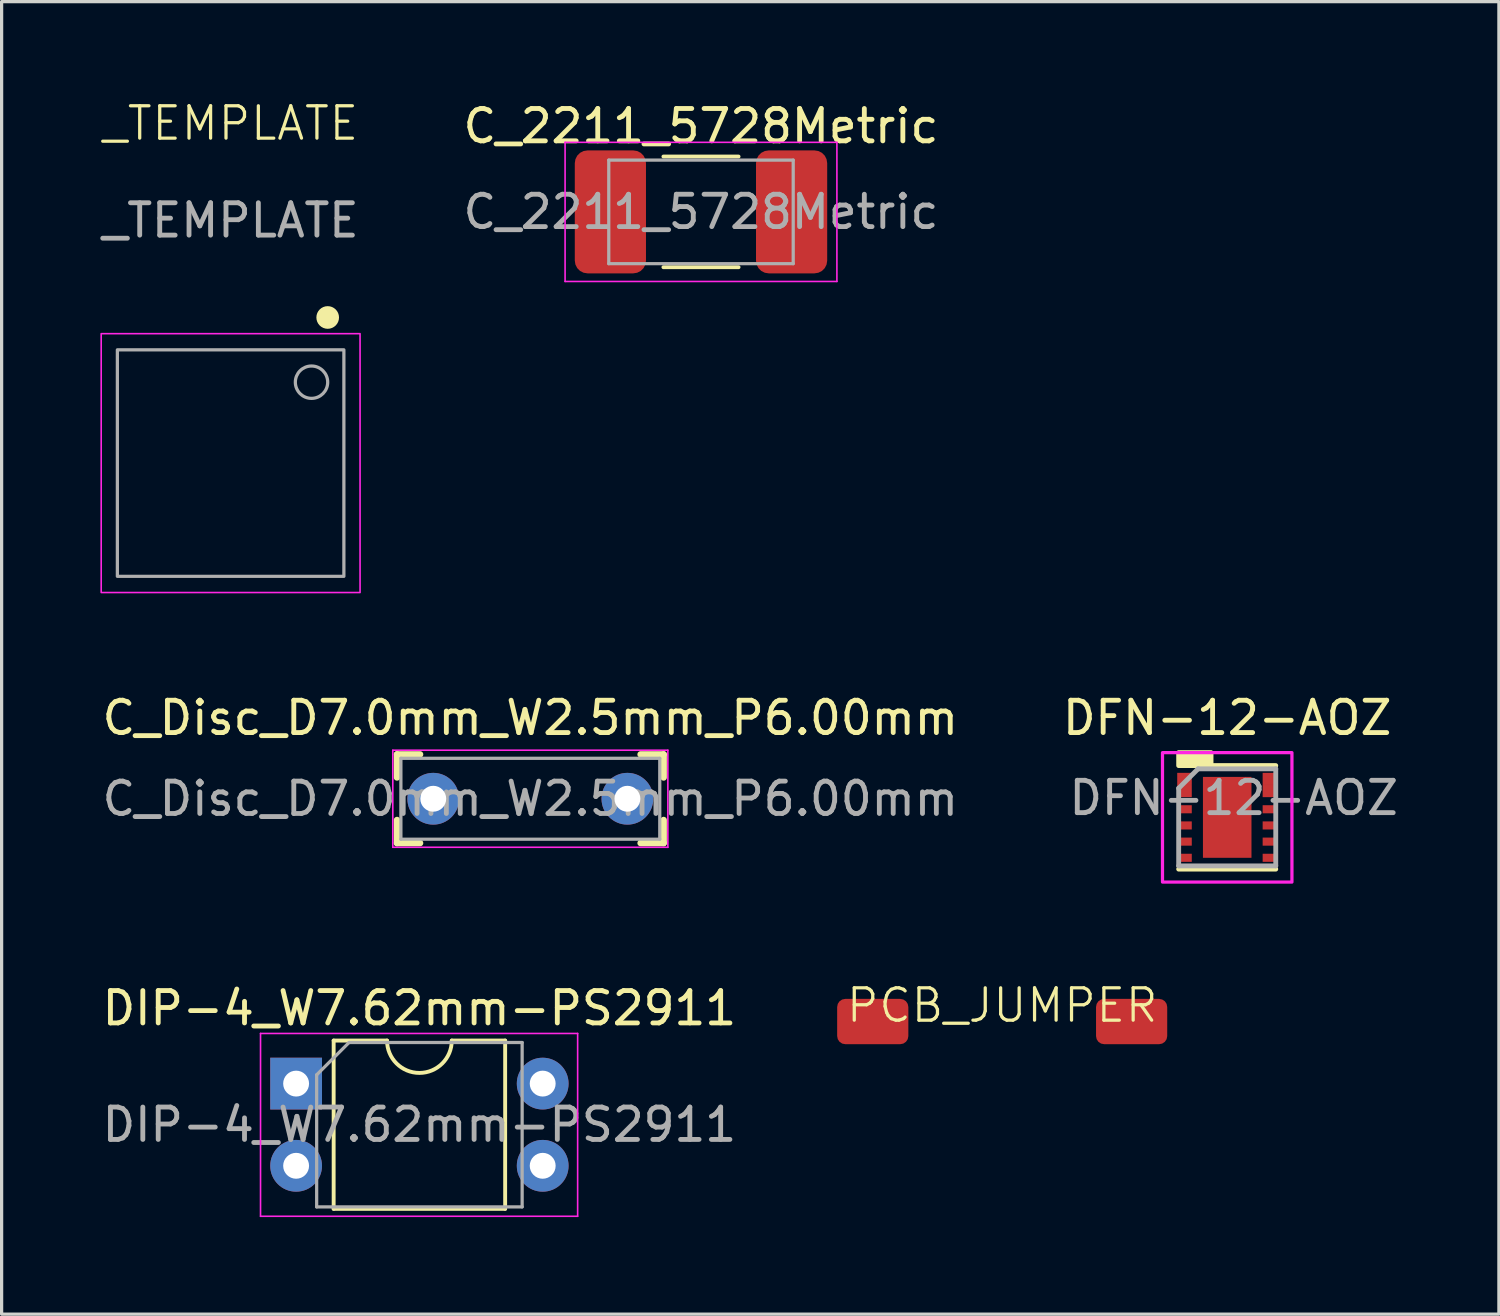
<source format=kicad_pcb>
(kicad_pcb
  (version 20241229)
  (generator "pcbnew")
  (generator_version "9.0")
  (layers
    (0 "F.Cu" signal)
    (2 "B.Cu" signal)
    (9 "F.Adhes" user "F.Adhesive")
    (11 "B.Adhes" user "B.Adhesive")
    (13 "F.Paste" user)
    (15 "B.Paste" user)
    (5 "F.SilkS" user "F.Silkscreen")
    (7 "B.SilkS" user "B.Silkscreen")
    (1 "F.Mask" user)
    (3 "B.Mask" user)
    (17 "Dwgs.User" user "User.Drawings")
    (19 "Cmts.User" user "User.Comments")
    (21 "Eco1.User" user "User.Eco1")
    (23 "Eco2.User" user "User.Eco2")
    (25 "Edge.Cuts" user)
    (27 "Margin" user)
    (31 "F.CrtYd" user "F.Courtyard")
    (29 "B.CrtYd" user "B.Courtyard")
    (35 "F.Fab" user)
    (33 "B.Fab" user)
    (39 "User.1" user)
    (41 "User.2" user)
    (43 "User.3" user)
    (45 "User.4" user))
  (footprint "_TEMPLATE"
    (layer "F.Cu")
    (at 4.077 11.261)
    (property "Reference" "_TEMPLATE" (at 0 -10.5 0) (unlocked yes) (layer "F.SilkS") (effects (font (size 1 1) (thickness 0.1))))
    (attr smd)
    (fp_circle (center 3 -4.5) (end 3.3 -4.5) (stroke (width 0.1) (type default)) (fill yes) (layer "F.SilkS"))
    (fp_rect (start -4 -4) (end 4 4) (stroke (width 0.05) (type default)) (fill no) (layer "F.CrtYd"))
    (fp_rect (start -3.5 -3.5) (end 3.5 3.5) (stroke (width 0.1) (type default)) (fill no) (layer "F.Fab"))
    (fp_circle (center 2.5 -2.5) (end 3 -2.5) (stroke (width 0.1) (type default)) (fill no) (layer "F.Fab"))
    (fp_text user "${REFERENCE}" (at 0 -7.5 0) (unlocked yes) (layer "F.Fab") (effects (font (size 1 1) (thickness 0.15)))))
  (footprint "PCB_JUMPER"
    (layer "F.Cu")
    (at 27.921 28.519)
    (property "Reference" "PCB_JUMPER" (at 0 -0.5 0) (unlocked yes) (layer "F.SilkS") (effects (font (size 1 1) (thickness 0.1))))
    (attr smd exclude_from_pos_files exclude_from_bom)
    (pad "1" smd roundrect (at -4 0 90) (size 1.4 2.2) (layers "F.Cu" "F.Mask" "F.Paste") (roundrect_rratio 0.179))
    (pad "2" smd roundrect (at 4 0 90) (size 1.4 2.2) (layers "F.Cu" "F.Mask" "F.Paste") (roundrect_rratio 0.179)))
  (footprint "C_Disc_D7.0mm_W2.5mm_P6.00mm"
    (layer "F.Cu")
    (at 10.839 21.634)
    (property "Reference" "C_Disc_D7.0mm_W2.5mm_P6.00mm" (at 2.5 -2.5 0) (layer "F.SilkS") (effects (font (size 1 1) (thickness 0.15))))
    (attr through_hole)
    (fp_line (start -1.62 -1.37) (end -1.62 -0.658) (stroke (width 0.2) (type solid)) (layer "F.SilkS"))
    (fp_line (start -1.62 -1.37) (end -0.908 -1.37) (stroke (width 0.2) (type solid)) (layer "F.SilkS"))
    (fp_line (start -1.62 1.37) (end -1.62 0.658) (stroke (width 0.2) (type solid)) (layer "F.SilkS"))
    (fp_line (start -1.62 1.37) (end -0.908 1.37) (stroke (width 0.2) (type solid)) (layer "F.SilkS"))
    (fp_line (start 6.62 -1.37) (end 5.908 -1.37) (stroke (width 0.2) (type solid)) (layer "F.SilkS"))
    (fp_line (start 6.62 -1.37) (end 6.62 -0.658) (stroke (width 0.2) (type solid)) (layer "F.SilkS"))
    (fp_line (start 6.62 1.37) (end 5.908 1.37) (stroke (width 0.2) (type solid)) (layer "F.SilkS"))
    (fp_line (start 6.62 1.37) (end 6.62 0.658) (stroke (width 0.2) (type solid)) (layer "F.SilkS"))
    (fp_line (start -1.75 -1.5) (end -1.75 1.5) (stroke (width 0.05) (type solid)) (layer "F.CrtYd"))
    (fp_line (start -1.75 1.5) (end 6.75 1.5) (stroke (width 0.05) (type solid)) (layer "F.CrtYd"))
    (fp_line (start 6.75 -1.5) (end -1.75 -1.5) (stroke (width 0.05) (type solid)) (layer "F.CrtYd"))
    (fp_line (start 6.75 1.5) (end 6.75 -1.5) (stroke (width 0.05) (type solid)) (layer "F.CrtYd"))
    (fp_line (start -1.5 -1.25) (end -1.5 1.25) (stroke (width 0.1) (type solid)) (layer "F.Fab"))
    (fp_line (start -1.5 1.25) (end 6.5 1.25) (stroke (width 0.1) (type solid)) (layer "F.Fab"))
    (fp_line (start 6.5 -1.25) (end -1.5 -1.25) (stroke (width 0.1) (type solid)) (layer "F.Fab"))
    (fp_line (start 6.5 1.25) (end 6.5 -1.25) (stroke (width 0.1) (type solid)) (layer "F.Fab"))
    (fp_text user "${REFERENCE}" (at 2.5 0 0) (layer "F.Fab") (effects (font (size 1 1) (thickness 0.15))))
    (pad "1" thru_hole circle (at -0.5 0) (size 1.6 1.6) (drill 0.8) (layers "*.Cu" "*.Mask"))
    (pad "2" thru_hole circle (at 5.5 0) (size 1.6 1.6) (drill 0.8) (layers "*.Cu" "*.Mask")))
  (footprint "C_2211_5728Metric"
    (layer "F.Cu")
    (at 18.613 3.498)
    (property "Reference" "C_2211_5728Metric" (at 0 -2.65 0) (layer "F.SilkS") (effects (font (size 1 1) (thickness 0.15))))
    (attr smd)
    (fp_line (start -1.161 -1.71) (end 1.161 -1.71) (stroke (width 0.12) (type solid)) (layer "F.SilkS"))
    (fp_line (start -1.161 1.71) (end 1.161 1.71) (stroke (width 0.12) (type solid)) (layer "F.SilkS"))
    (fp_line (start -4.2 -2.15) (end 4.2 -2.15) (stroke (width 0.05) (type solid)) (layer "F.CrtYd"))
    (fp_line (start -4.2 2.15) (end -4.2 -2.15) (stroke (width 0.05) (type solid)) (layer "F.CrtYd"))
    (fp_line (start 4.2 -2.15) (end 4.2 2.15) (stroke (width 0.05) (type solid)) (layer "F.CrtYd"))
    (fp_line (start 4.2 2.15) (end -4.2 2.15) (stroke (width 0.05) (type solid)) (layer "F.CrtYd"))
    (fp_line (start -2.85 -1.6) (end 2.85 -1.6) (stroke (width 0.1) (type solid)) (layer "F.Fab"))
    (fp_line (start -2.85 1.6) (end -2.85 -1.6) (stroke (width 0.1) (type solid)) (layer "F.Fab"))
    (fp_line (start 2.85 -1.6) (end 2.85 1.6) (stroke (width 0.1) (type solid)) (layer "F.Fab"))
    (fp_line (start 2.85 1.6) (end -2.85 1.6) (stroke (width 0.1) (type solid)) (layer "F.Fab"))
    (fp_text user "${REFERENCE}" (at 0 0 0) (layer "F.Fab") (effects (font (size 1 1) (thickness 0.15))))
    (pad "1" smd roundrect (at -2.8 0) (size 2.2 3.8) (layers "F.Cu" "F.Mask" "F.Paste") (roundrect_rratio 0.179))
    (pad "2" smd roundrect (at 2.8 0) (size 2.2 3.8) (layers "F.Cu" "F.Mask" "F.Paste") (roundrect_rratio 0.179)))
  (footprint "DIP-4_W7.62mm-PS2911"
    (layer "F.Cu")
    (at 6.101 30.437)
    (property "Reference" "DIP-4_W7.62mm-PS2911" (at 3.81 -2.33 0) (layer "F.SilkS") (effects (font (size 1 1) (thickness 0.15))))
    (attr through_hole)
    (fp_line (start 1.16 -1.33) (end 1.16 3.87) (stroke (width 0.12) (type solid)) (layer "F.SilkS"))
    (fp_line (start 1.16 3.87) (end 6.46 3.87) (stroke (width 0.12) (type solid)) (layer "F.SilkS"))
    (fp_line (start 2.81 -1.33) (end 1.16 -1.33) (stroke (width 0.12) (type solid)) (layer "F.SilkS"))
    (fp_line (start 6.46 -1.33) (end 4.81 -1.33) (stroke (width 0.12) (type solid)) (layer "F.SilkS"))
    (fp_line (start 6.46 3.87) (end 6.46 -1.33) (stroke (width 0.12) (type solid)) (layer "F.SilkS"))
    (fp_arc (start 4.81 -1.33) (mid 3.81 -0.33) (end 2.81 -1.33) (stroke (width 0.12) (type solid)) (layer "F.SilkS"))
    (fp_line (start -1.1 -1.55) (end -1.1 4.1) (stroke (width 0.05) (type solid)) (layer "F.CrtYd"))
    (fp_line (start -1.1 4.1) (end 8.7 4.1) (stroke (width 0.05) (type solid)) (layer "F.CrtYd"))
    (fp_line (start 8.7 -1.55) (end -1.1 -1.55) (stroke (width 0.05) (type solid)) (layer "F.CrtYd"))
    (fp_line (start 8.7 4.1) (end 8.7 -1.55) (stroke (width 0.05) (type solid)) (layer "F.CrtYd"))
    (fp_line (start 0.635 -0.27) (end 1.635 -1.27) (stroke (width 0.1) (type solid)) (layer "F.Fab"))
    (fp_line (start 0.635 3.81) (end 0.635 -0.27) (stroke (width 0.1) (type solid)) (layer "F.Fab"))
    (fp_line (start 1.635 -1.27) (end 6.985 -1.27) (stroke (width 0.1) (type solid)) (layer "F.Fab"))
    (fp_line (start 6.985 -1.27) (end 6.985 3.81) (stroke (width 0.1) (type solid)) (layer "F.Fab"))
    (fp_line (start 6.985 3.81) (end 0.635 3.81) (stroke (width 0.1) (type solid)) (layer "F.Fab"))
    (fp_text user "${REFERENCE}" (at 3.81 1.27 0) (layer "F.Fab") (effects (font (size 1 1) (thickness 0.15))))
    (pad "1" thru_hole rect (at 0 0) (size 1.6 1.6) (drill 0.8) (layers "*.Cu" "*.Mask"))
    (pad "2" thru_hole oval (at 0 2.54) (size 1.6 1.6) (drill 0.8) (layers "*.Cu" "*.Mask"))
    (pad "3" thru_hole oval (at 7.62 2.54) (size 1.6 1.6) (drill 0.8) (layers "*.Cu" "*.Mask"))
    (pad "4" thru_hole oval (at 7.62 0) (size 1.6 1.6) (drill 0.8) (layers "*.Cu" "*.Mask")))
  (footprint "DFN-12-AOZ"
    (layer "F.Cu")
    (at 34.875 22.209)
    (property "Reference" "DFN-12-AOZ" (at 0 -3.075 0) (layer "F.SilkS") (effects (font (size 1 1) (thickness 0.15))))
    (attr smd)
    (fp_line (start -1.5 1.6) (end 1.5 1.6) (stroke (width 0.15) (type solid)) (layer "F.SilkS"))
    (fp_line (start -0.5 -1.6) (end 1.5 -1.6) (stroke (width 0.15) (type solid)) (layer "F.SilkS"))
    (fp_rect (start -1.5 -2) (end -0.5 -1.6) (stroke (width 0.15) (type solid)) (fill yes) (layer "F.SilkS"))
    (fp_rect (start -2 -2) (end 2 2) (stroke (width 0.1) (type default)) (fill no) (layer "F.CrtYd"))
    (fp_line (start -1.5 -0.9) (end -0.9 -1.5) (stroke (width 0.15) (type solid)) (layer "F.Fab"))
    (fp_line (start -1.5 1.5) (end -1.5 -0.9) (stroke (width 0.15) (type solid)) (layer "F.Fab"))
    (fp_line (start -0.9 -1.5) (end 1.5 -1.5) (stroke (width 0.15) (type solid)) (layer "F.Fab"))
    (fp_line (start 1.5 -1.5) (end 1.5 1.5) (stroke (width 0.15) (type solid)) (layer "F.Fab"))
    (fp_line (start 1.5 1.5) (end -1.5 1.5) (stroke (width 0.15) (type solid)) (layer "F.Fab"))
    (fp_text user "${REFERENCE}" (at 0.2 -0.6 0) (layer "F.Fab") (effects (font (size 1 1) (thickness 0.15))))
    (pad "1" smd rect (at -1.32 -1.188) (size 0.45 0.375) (layers "F.Cu" "F.Mask" "F.Paste"))
    (pad "2" smd rect (at -1.32 -0.812) (size 0.45 0.375) (layers "F.Cu" "F.Mask" "F.Paste"))
    (pad "3" smd rect (at -1.32 -0.25) (size 0.45 0.25) (layers "F.Cu" "F.Mask" "F.Paste"))
    (pad "4" smd rect (at -1.32 0.25) (size 0.45 0.25) (layers "F.Cu" "F.Mask" "F.Paste"))
    (pad "5" smd rect (at -1.32 0.75) (size 0.45 0.25) (layers "F.Cu" "F.Mask" "F.Paste"))
    (pad "6" smd rect (at -1.32 1.25) (size 0.45 0.25) (layers "F.Cu" "F.Mask" "F.Paste"))
    (pad "7" smd rect (at 1.32 1.25) (size 0.45 0.25) (layers "F.Cu" "F.Mask" "F.Paste"))
    (pad "8" smd rect (at 1.32 0.75) (size 0.45 0.25) (layers "F.Cu" "F.Mask" "F.Paste"))
    (pad "9" smd rect (at 1.32 0.25) (size 0.45 0.25) (layers "F.Cu" "F.Mask" "F.Paste"))
    (pad "10" smd rect (at 1.32 -0.25) (size 0.45 0.25) (layers "F.Cu" "F.Mask" "F.Paste"))
    (pad "11" smd rect (at 1.32 -0.812) (size 0.45 0.375) (layers "F.Cu" "F.Mask" "F.Paste"))
    (pad "12" smd rect (at 1.32 -1.188) (size 0.45 0.375) (layers "F.Cu" "F.Mask" "F.Paste"))
    (pad "13" smd rect (at 0 0) (size 1.5 2.5) (layers "F.Cu" "F.Mask" "F.Paste")))
  (gr_rect
    (start -3 -3)
    (end 43.271 37.562)
    (stroke (width 0.1) (type default))
    (fill no)
    (layer "Edge.Cuts")))
</source>
